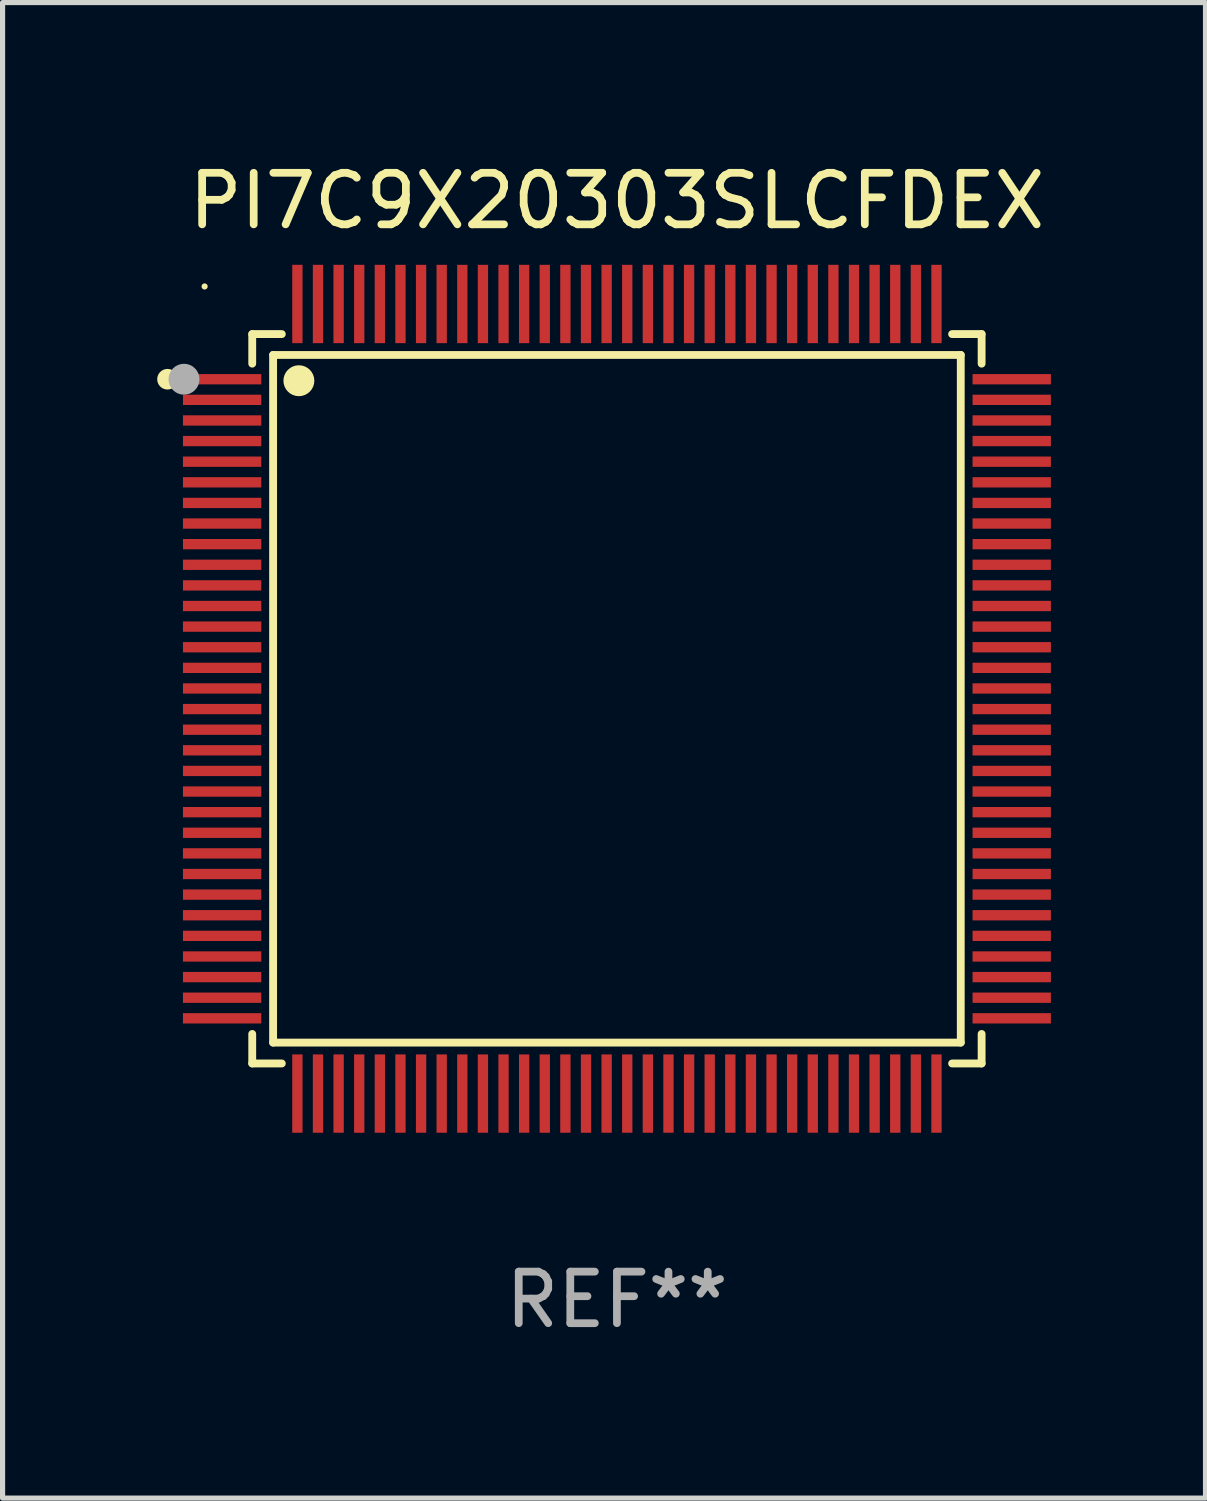
<source format=kicad_pcb>
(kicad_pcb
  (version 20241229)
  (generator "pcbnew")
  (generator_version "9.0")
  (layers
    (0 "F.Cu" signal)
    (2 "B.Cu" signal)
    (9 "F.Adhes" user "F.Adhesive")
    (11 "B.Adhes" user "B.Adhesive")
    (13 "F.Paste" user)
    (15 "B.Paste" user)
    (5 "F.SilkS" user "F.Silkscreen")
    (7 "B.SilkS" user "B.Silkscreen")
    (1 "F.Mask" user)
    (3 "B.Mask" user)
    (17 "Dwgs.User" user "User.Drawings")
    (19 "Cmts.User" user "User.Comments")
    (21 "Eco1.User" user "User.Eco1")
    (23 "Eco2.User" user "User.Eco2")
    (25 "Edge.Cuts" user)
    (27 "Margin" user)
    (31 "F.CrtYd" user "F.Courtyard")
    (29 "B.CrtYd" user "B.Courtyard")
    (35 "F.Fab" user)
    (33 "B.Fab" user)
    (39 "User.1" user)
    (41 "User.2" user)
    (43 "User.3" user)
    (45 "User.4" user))
  (footprint "PI7C9X20303SLCFDEX"
    (layer "F.Cu")
    (at 8.92 10.508)
    (property "Reference" "PI7C9X20303SLCFDEX" (at 0 -9.66 0) (layer "F.SilkS") (effects (font (size 1 1) (thickness 0.15))))
    (attr through_hole)
    (fp_line (start -7.076 -7.076) (end -7.076 -6.502) (stroke (width 0.152) (type solid)) (layer "F.SilkS"))
    (fp_line (start -7.076 7.076) (end -7.076 6.503) (stroke (width 0.152) (type solid)) (layer "F.SilkS"))
    (fp_line (start -6.671 -6.671) (end 6.671 -6.671) (stroke (width 0.152) (type solid)) (layer "F.SilkS"))
    (fp_line (start -6.671 6.671) (end -6.671 -6.671) (stroke (width 0.152) (type solid)) (layer "F.SilkS"))
    (fp_line (start -6.502 -7.076) (end -7.076 -7.076) (stroke (width 0.152) (type solid)) (layer "F.SilkS"))
    (fp_line (start -6.502 7.076) (end -7.076 7.076) (stroke (width 0.152) (type solid)) (layer "F.SilkS"))
    (fp_line (start 6.503 -7.076) (end 7.076 -7.076) (stroke (width 0.152) (type solid)) (layer "F.SilkS"))
    (fp_line (start 6.503 7.076) (end 7.076 7.076) (stroke (width 0.152) (type solid)) (layer "F.SilkS"))
    (fp_line (start 6.671 -6.671) (end 6.671 6.671) (stroke (width 0.152) (type solid)) (layer "F.SilkS"))
    (fp_line (start 6.671 6.671) (end -6.671 6.671) (stroke (width 0.152) (type solid)) (layer "F.SilkS"))
    (fp_line (start 7.076 -7.076) (end 7.076 -6.502) (stroke (width 0.152) (type solid)) (layer "F.SilkS"))
    (fp_line (start 7.076 7.076) (end 7.076 6.503) (stroke (width 0.152) (type solid)) (layer "F.SilkS"))
    (fp_circle (center -8.72 -6.2) (end -8.62 -6.2) (stroke (width 0.2) (type solid)) (fill no) (layer "F.SilkS"))
    (fp_circle (center -8 -8) (end -7.97 -8) (stroke (width 0.06) (type solid)) (fill no) (layer "F.SilkS"))
    (fp_circle (center -6.171 -6.171) (end -6.021 -6.171) (stroke (width 0.3) (type solid)) (fill no) (layer "F.SilkS"))
    (fp_circle (center -8.4 -6.2) (end -8.25 -6.2) (stroke (width 0.3) (type solid)) (fill no) (layer "F.Fab"))
    (fp_text user "REF**" (at 0 11.66 0) (layer "F.Fab") (effects (font (size 1 1) (thickness 0.15))))
    (pad "1" smd rect (at -7.66 -6.2 270) (size 0.2 1.52) (layers "F.Cu" "F.Mask" "F.Paste"))
    (pad "2" smd rect (at -7.66 -5.8 270) (size 0.2 1.52) (layers "F.Cu" "F.Mask" "F.Paste"))
    (pad "3" smd rect (at -7.66 -5.4 270) (size 0.2 1.52) (layers "F.Cu" "F.Mask" "F.Paste"))
    (pad "4" smd rect (at -7.66 -5 270) (size 0.2 1.52) (layers "F.Cu" "F.Mask" "F.Paste"))
    (pad "5" smd rect (at -7.66 -4.6 270) (size 0.2 1.52) (layers "F.Cu" "F.Mask" "F.Paste"))
    (pad "6" smd rect (at -7.66 -4.2 270) (size 0.2 1.52) (layers "F.Cu" "F.Mask" "F.Paste"))
    (pad "7" smd rect (at -7.66 -3.8 270) (size 0.2 1.52) (layers "F.Cu" "F.Mask" "F.Paste"))
    (pad "8" smd rect (at -7.66 -3.4 270) (size 0.2 1.52) (layers "F.Cu" "F.Mask" "F.Paste"))
    (pad "9" smd rect (at -7.66 -3 270) (size 0.2 1.52) (layers "F.Cu" "F.Mask" "F.Paste"))
    (pad "10" smd rect (at -7.66 -2.6 270) (size 0.2 1.52) (layers "F.Cu" "F.Mask" "F.Paste"))
    (pad "11" smd rect (at -7.66 -2.2 270) (size 0.2 1.52) (layers "F.Cu" "F.Mask" "F.Paste"))
    (pad "12" smd rect (at -7.66 -1.8 270) (size 0.2 1.52) (layers "F.Cu" "F.Mask" "F.Paste"))
    (pad "13" smd rect (at -7.66 -1.4 270) (size 0.2 1.52) (layers "F.Cu" "F.Mask" "F.Paste"))
    (pad "14" smd rect (at -7.66 -1 270) (size 0.2 1.52) (layers "F.Cu" "F.Mask" "F.Paste"))
    (pad "15" smd rect (at -7.66 -0.6 270) (size 0.2 1.52) (layers "F.Cu" "F.Mask" "F.Paste"))
    (pad "16" smd rect (at -7.66 -0.2 270) (size 0.2 1.52) (layers "F.Cu" "F.Mask" "F.Paste"))
    (pad "17" smd rect (at -7.66 0.2 270) (size 0.2 1.52) (layers "F.Cu" "F.Mask" "F.Paste"))
    (pad "18" smd rect (at -7.66 0.6 270) (size 0.2 1.52) (layers "F.Cu" "F.Mask" "F.Paste"))
    (pad "19" smd rect (at -7.66 1 270) (size 0.2 1.52) (layers "F.Cu" "F.Mask" "F.Paste"))
    (pad "20" smd rect (at -7.66 1.4 270) (size 0.2 1.52) (layers "F.Cu" "F.Mask" "F.Paste"))
    (pad "21" smd rect (at -7.66 1.8 270) (size 0.2 1.52) (layers "F.Cu" "F.Mask" "F.Paste"))
    (pad "22" smd rect (at -7.66 2.2 270) (size 0.2 1.52) (layers "F.Cu" "F.Mask" "F.Paste"))
    (pad "23" smd rect (at -7.66 2.6 270) (size 0.2 1.52) (layers "F.Cu" "F.Mask" "F.Paste"))
    (pad "24" smd rect (at -7.66 3 270) (size 0.2 1.52) (layers "F.Cu" "F.Mask" "F.Paste"))
    (pad "25" smd rect (at -7.66 3.4 270) (size 0.2 1.52) (layers "F.Cu" "F.Mask" "F.Paste"))
    (pad "26" smd rect (at -7.66 3.8 270) (size 0.2 1.52) (layers "F.Cu" "F.Mask" "F.Paste"))
    (pad "27" smd rect (at -7.66 4.2 270) (size 0.2 1.52) (layers "F.Cu" "F.Mask" "F.Paste"))
    (pad "28" smd rect (at -7.66 4.6 270) (size 0.2 1.52) (layers "F.Cu" "F.Mask" "F.Paste"))
    (pad "29" smd rect (at -7.66 5 270) (size 0.2 1.52) (layers "F.Cu" "F.Mask" "F.Paste"))
    (pad "30" smd rect (at -7.66 5.4 270) (size 0.2 1.52) (layers "F.Cu" "F.Mask" "F.Paste"))
    (pad "31" smd rect (at -7.66 5.8 270) (size 0.2 1.52) (layers "F.Cu" "F.Mask" "F.Paste"))
    (pad "32" smd rect (at -7.66 6.2 270) (size 0.2 1.52) (layers "F.Cu" "F.Mask" "F.Paste"))
    (pad "33" smd rect (at -6.2 7.66 270) (size 1.52 0.2) (layers "F.Cu" "F.Mask" "F.Paste"))
    (pad "34" smd rect (at -5.8 7.66 270) (size 1.52 0.2) (layers "F.Cu" "F.Mask" "F.Paste"))
    (pad "35" smd rect (at -5.4 7.66 270) (size 1.52 0.2) (layers "F.Cu" "F.Mask" "F.Paste"))
    (pad "36" smd rect (at -5 7.66 270) (size 1.52 0.2) (layers "F.Cu" "F.Mask" "F.Paste"))
    (pad "37" smd rect (at -4.6 7.66 270) (size 1.52 0.2) (layers "F.Cu" "F.Mask" "F.Paste"))
    (pad "38" smd rect (at -4.2 7.66 270) (size 1.52 0.2) (layers "F.Cu" "F.Mask" "F.Paste"))
    (pad "39" smd rect (at -3.8 7.66 270) (size 1.52 0.2) (layers "F.Cu" "F.Mask" "F.Paste"))
    (pad "40" smd rect (at -3.4 7.66 270) (size 1.52 0.2) (layers "F.Cu" "F.Mask" "F.Paste"))
    (pad "41" smd rect (at -3 7.66 270) (size 1.52 0.2) (layers "F.Cu" "F.Mask" "F.Paste"))
    (pad "42" smd rect (at -2.6 7.66 270) (size 1.52 0.2) (layers "F.Cu" "F.Mask" "F.Paste"))
    (pad "43" smd rect (at -2.2 7.66 270) (size 1.52 0.2) (layers "F.Cu" "F.Mask" "F.Paste"))
    (pad "44" smd rect (at -1.8 7.66 270) (size 1.52 0.2) (layers "F.Cu" "F.Mask" "F.Paste"))
    (pad "45" smd rect (at -1.4 7.66 270) (size 1.52 0.2) (layers "F.Cu" "F.Mask" "F.Paste"))
    (pad "46" smd rect (at -1 7.66 270) (size 1.52 0.2) (layers "F.Cu" "F.Mask" "F.Paste"))
    (pad "47" smd rect (at -0.6 7.66 270) (size 1.52 0.2) (layers "F.Cu" "F.Mask" "F.Paste"))
    (pad "48" smd rect (at -0.2 7.66 270) (size 1.52 0.2) (layers "F.Cu" "F.Mask" "F.Paste"))
    (pad "49" smd rect (at 0.2 7.66 270) (size 1.52 0.2) (layers "F.Cu" "F.Mask" "F.Paste"))
    (pad "50" smd rect (at 0.6 7.66 270) (size 1.52 0.2) (layers "F.Cu" "F.Mask" "F.Paste"))
    (pad "51" smd rect (at 1 7.66 270) (size 1.52 0.2) (layers "F.Cu" "F.Mask" "F.Paste"))
    (pad "52" smd rect (at 1.4 7.66 270) (size 1.52 0.2) (layers "F.Cu" "F.Mask" "F.Paste"))
    (pad "53" smd rect (at 1.8 7.66 270) (size 1.52 0.2) (layers "F.Cu" "F.Mask" "F.Paste"))
    (pad "54" smd rect (at 2.2 7.66 270) (size 1.52 0.2) (layers "F.Cu" "F.Mask" "F.Paste"))
    (pad "55" smd rect (at 2.6 7.66 270) (size 1.52 0.2) (layers "F.Cu" "F.Mask" "F.Paste"))
    (pad "56" smd rect (at 3 7.66 270) (size 1.52 0.2) (layers "F.Cu" "F.Mask" "F.Paste"))
    (pad "57" smd rect (at 3.4 7.66 270) (size 1.52 0.2) (layers "F.Cu" "F.Mask" "F.Paste"))
    (pad "58" smd rect (at 3.8 7.66 270) (size 1.52 0.2) (layers "F.Cu" "F.Mask" "F.Paste"))
    (pad "59" smd rect (at 4.2 7.66 270) (size 1.52 0.2) (layers "F.Cu" "F.Mask" "F.Paste"))
    (pad "60" smd rect (at 4.6 7.66 270) (size 1.52 0.2) (layers "F.Cu" "F.Mask" "F.Paste"))
    (pad "61" smd rect (at 5 7.66 270) (size 1.52 0.2) (layers "F.Cu" "F.Mask" "F.Paste"))
    (pad "62" smd rect (at 5.4 7.66 270) (size 1.52 0.2) (layers "F.Cu" "F.Mask" "F.Paste"))
    (pad "63" smd rect (at 5.8 7.66 270) (size 1.52 0.2) (layers "F.Cu" "F.Mask" "F.Paste"))
    (pad "64" smd rect (at 6.2 7.66 270) (size 1.52 0.2) (layers "F.Cu" "F.Mask" "F.Paste"))
    (pad "65" smd rect (at 7.66 6.2 270) (size 0.2 1.52) (layers "F.Cu" "F.Mask" "F.Paste"))
    (pad "66" smd rect (at 7.66 5.8 270) (size 0.2 1.52) (layers "F.Cu" "F.Mask" "F.Paste"))
    (pad "67" smd rect (at 7.66 5.4 270) (size 0.2 1.52) (layers "F.Cu" "F.Mask" "F.Paste"))
    (pad "68" smd rect (at 7.66 5 270) (size 0.2 1.52) (layers "F.Cu" "F.Mask" "F.Paste"))
    (pad "69" smd rect (at 7.66 4.6 270) (size 0.2 1.52) (layers "F.Cu" "F.Mask" "F.Paste"))
    (pad "70" smd rect (at 7.66 4.2 270) (size 0.2 1.52) (layers "F.Cu" "F.Mask" "F.Paste"))
    (pad "71" smd rect (at 7.66 3.8 270) (size 0.2 1.52) (layers "F.Cu" "F.Mask" "F.Paste"))
    (pad "72" smd rect (at 7.66 3.4 270) (size 0.2 1.52) (layers "F.Cu" "F.Mask" "F.Paste"))
    (pad "73" smd rect (at 7.66 3 270) (size 0.2 1.52) (layers "F.Cu" "F.Mask" "F.Paste"))
    (pad "74" smd rect (at 7.66 2.6 270) (size 0.2 1.52) (layers "F.Cu" "F.Mask" "F.Paste"))
    (pad "75" smd rect (at 7.66 2.2 270) (size 0.2 1.52) (layers "F.Cu" "F.Mask" "F.Paste"))
    (pad "76" smd rect (at 7.66 1.8 270) (size 0.2 1.52) (layers "F.Cu" "F.Mask" "F.Paste"))
    (pad "77" smd rect (at 7.66 1.4 270) (size 0.2 1.52) (layers "F.Cu" "F.Mask" "F.Paste"))
    (pad "78" smd rect (at 7.66 1 270) (size 0.2 1.52) (layers "F.Cu" "F.Mask" "F.Paste"))
    (pad "79" smd rect (at 7.66 0.6 270) (size 0.2 1.52) (layers "F.Cu" "F.Mask" "F.Paste"))
    (pad "80" smd rect (at 7.66 0.2 270) (size 0.2 1.52) (layers "F.Cu" "F.Mask" "F.Paste"))
    (pad "81" smd rect (at 7.66 -0.2 270) (size 0.2 1.52) (layers "F.Cu" "F.Mask" "F.Paste"))
    (pad "82" smd rect (at 7.66 -0.6 270) (size 0.2 1.52) (layers "F.Cu" "F.Mask" "F.Paste"))
    (pad "83" smd rect (at 7.66 -1 270) (size 0.2 1.52) (layers "F.Cu" "F.Mask" "F.Paste"))
    (pad "84" smd rect (at 7.66 -1.4 270) (size 0.2 1.52) (layers "F.Cu" "F.Mask" "F.Paste"))
    (pad "85" smd rect (at 7.66 -1.8 270) (size 0.2 1.52) (layers "F.Cu" "F.Mask" "F.Paste"))
    (pad "86" smd rect (at 7.66 -2.2 270) (size 0.2 1.52) (layers "F.Cu" "F.Mask" "F.Paste"))
    (pad "87" smd rect (at 7.66 -2.6 270) (size 0.2 1.52) (layers "F.Cu" "F.Mask" "F.Paste"))
    (pad "88" smd rect (at 7.66 -3 270) (size 0.2 1.52) (layers "F.Cu" "F.Mask" "F.Paste"))
    (pad "89" smd rect (at 7.66 -3.4 270) (size 0.2 1.52) (layers "F.Cu" "F.Mask" "F.Paste"))
    (pad "90" smd rect (at 7.66 -3.8 270) (size 0.2 1.52) (layers "F.Cu" "F.Mask" "F.Paste"))
    (pad "91" smd rect (at 7.66 -4.2 270) (size 0.2 1.52) (layers "F.Cu" "F.Mask" "F.Paste"))
    (pad "92" smd rect (at 7.66 -4.6 270) (size 0.2 1.52) (layers "F.Cu" "F.Mask" "F.Paste"))
    (pad "93" smd rect (at 7.66 -5 270) (size 0.2 1.52) (layers "F.Cu" "F.Mask" "F.Paste"))
    (pad "94" smd rect (at 7.66 -5.4 270) (size 0.2 1.52) (layers "F.Cu" "F.Mask" "F.Paste"))
    (pad "95" smd rect (at 7.66 -5.8 270) (size 0.2 1.52) (layers "F.Cu" "F.Mask" "F.Paste"))
    (pad "96" smd rect (at 7.66 -6.2 270) (size 0.2 1.52) (layers "F.Cu" "F.Mask" "F.Paste"))
    (pad "97" smd rect (at 6.2 -7.66 270) (size 1.52 0.2) (layers "F.Cu" "F.Mask" "F.Paste"))
    (pad "98" smd rect (at 5.8 -7.66 270) (size 1.52 0.2) (layers "F.Cu" "F.Mask" "F.Paste"))
    (pad "99" smd rect (at 5.4 -7.66 270) (size 1.52 0.2) (layers "F.Cu" "F.Mask" "F.Paste"))
    (pad "100" smd rect (at 5 -7.66 270) (size 1.52 0.2) (layers "F.Cu" "F.Mask" "F.Paste"))
    (pad "101" smd rect (at 4.6 -7.66 270) (size 1.52 0.2) (layers "F.Cu" "F.Mask" "F.Paste"))
    (pad "102" smd rect (at 4.2 -7.66 270) (size 1.52 0.2) (layers "F.Cu" "F.Mask" "F.Paste"))
    (pad "103" smd rect (at 3.8 -7.66 270) (size 1.52 0.2) (layers "F.Cu" "F.Mask" "F.Paste"))
    (pad "104" smd rect (at 3.4 -7.66 270) (size 1.52 0.2) (layers "F.Cu" "F.Mask" "F.Paste"))
    (pad "105" smd rect (at 3 -7.66 270) (size 1.52 0.2) (layers "F.Cu" "F.Mask" "F.Paste"))
    (pad "106" smd rect (at 2.6 -7.66 270) (size 1.52 0.2) (layers "F.Cu" "F.Mask" "F.Paste"))
    (pad "107" smd rect (at 2.2 -7.66 270) (size 1.52 0.2) (layers "F.Cu" "F.Mask" "F.Paste"))
    (pad "108" smd rect (at 1.8 -7.66 270) (size 1.52 0.2) (layers "F.Cu" "F.Mask" "F.Paste"))
    (pad "109" smd rect (at 1.4 -7.66 270) (size 1.52 0.2) (layers "F.Cu" "F.Mask" "F.Paste"))
    (pad "110" smd rect (at 1 -7.66 270) (size 1.52 0.2) (layers "F.Cu" "F.Mask" "F.Paste"))
    (pad "111" smd rect (at 0.6 -7.66 270) (size 1.52 0.2) (layers "F.Cu" "F.Mask" "F.Paste"))
    (pad "112" smd rect (at 0.2 -7.66 270) (size 1.52 0.2) (layers "F.Cu" "F.Mask" "F.Paste"))
    (pad "113" smd rect (at -0.2 -7.66 270) (size 1.52 0.2) (layers "F.Cu" "F.Mask" "F.Paste"))
    (pad "114" smd rect (at -0.6 -7.66 270) (size 1.52 0.2) (layers "F.Cu" "F.Mask" "F.Paste"))
    (pad "115" smd rect (at -1 -7.66 270) (size 1.52 0.2) (layers "F.Cu" "F.Mask" "F.Paste"))
    (pad "116" smd rect (at -1.4 -7.66 270) (size 1.52 0.2) (layers "F.Cu" "F.Mask" "F.Paste"))
    (pad "117" smd rect (at -1.8 -7.66 270) (size 1.52 0.2) (layers "F.Cu" "F.Mask" "F.Paste"))
    (pad "118" smd rect (at -2.2 -7.66 270) (size 1.52 0.2) (layers "F.Cu" "F.Mask" "F.Paste"))
    (pad "119" smd rect (at -2.6 -7.66 270) (size 1.52 0.2) (layers "F.Cu" "F.Mask" "F.Paste"))
    (pad "120" smd rect (at -3 -7.66 270) (size 1.52 0.2) (layers "F.Cu" "F.Mask" "F.Paste"))
    (pad "121" smd rect (at -3.4 -7.66 270) (size 1.52 0.2) (layers "F.Cu" "F.Mask" "F.Paste"))
    (pad "122" smd rect (at -3.8 -7.66 270) (size 1.52 0.2) (layers "F.Cu" "F.Mask" "F.Paste"))
    (pad "123" smd rect (at -4.2 -7.66 270) (size 1.52 0.2) (layers "F.Cu" "F.Mask" "F.Paste"))
    (pad "124" smd rect (at -4.6 -7.66 270) (size 1.52 0.2) (layers "F.Cu" "F.Mask" "F.Paste"))
    (pad "125" smd rect (at -5 -7.66 270) (size 1.52 0.2) (layers "F.Cu" "F.Mask" "F.Paste"))
    (pad "126" smd rect (at -5.4 -7.66 270) (size 1.52 0.2) (layers "F.Cu" "F.Mask" "F.Paste"))
    (pad "127" smd rect (at -5.8 -7.66 270) (size 1.52 0.2) (layers "F.Cu" "F.Mask" "F.Paste"))
    (pad "128" smd rect (at -6.2 -7.66 270) (size 1.52 0.2) (layers "F.Cu" "F.Mask" "F.Paste")))
  (gr_rect
    (start -3 -3)
    (end 20.34 26.017)
    (stroke (width 0.1) (type default))
    (fill no)
    (layer "Edge.Cuts")))
</source>
